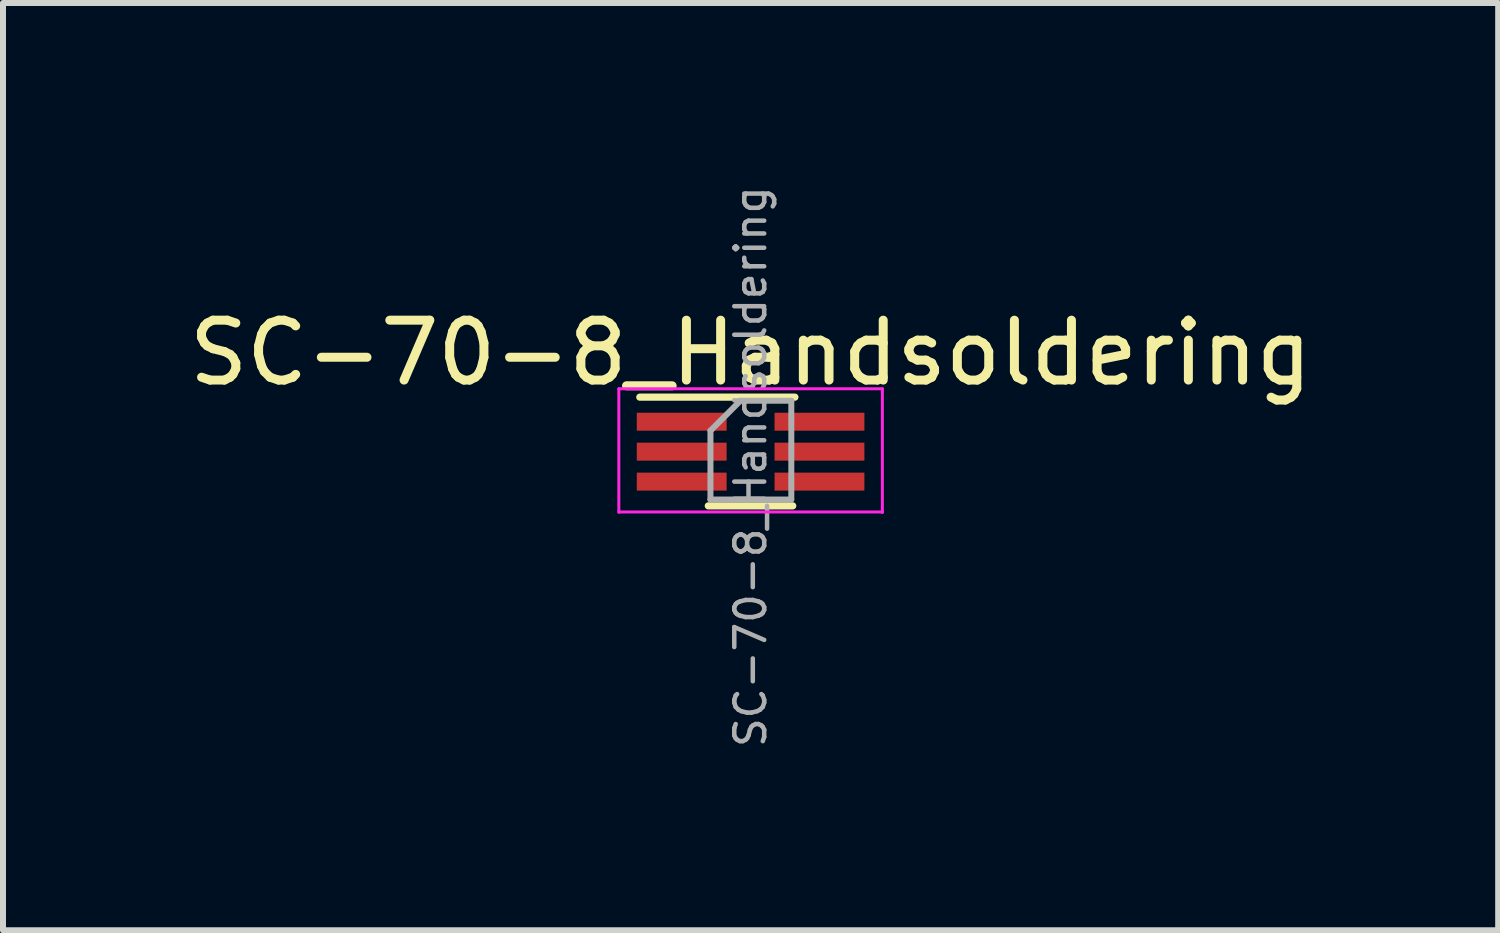
<source format=kicad_pcb>
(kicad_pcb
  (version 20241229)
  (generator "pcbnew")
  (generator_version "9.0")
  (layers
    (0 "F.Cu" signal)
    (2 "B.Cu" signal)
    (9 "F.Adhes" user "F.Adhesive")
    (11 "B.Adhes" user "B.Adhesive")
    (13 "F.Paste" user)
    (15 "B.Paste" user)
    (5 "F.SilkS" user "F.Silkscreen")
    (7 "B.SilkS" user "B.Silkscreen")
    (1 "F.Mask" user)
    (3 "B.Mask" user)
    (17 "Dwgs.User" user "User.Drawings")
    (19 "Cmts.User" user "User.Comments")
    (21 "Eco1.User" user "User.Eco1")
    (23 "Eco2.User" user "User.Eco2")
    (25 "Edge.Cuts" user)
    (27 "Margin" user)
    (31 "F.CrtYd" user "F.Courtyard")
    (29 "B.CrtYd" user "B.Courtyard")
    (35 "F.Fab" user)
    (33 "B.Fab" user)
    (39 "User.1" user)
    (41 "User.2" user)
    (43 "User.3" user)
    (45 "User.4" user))
  (footprint "SC-70-8_Handsoldering"
    (layer "F.Cu")
    (at 9.482 4.741)
    (property "Reference" "SC-70-8_Handsoldering" (at 0 -1.9 0) (layer "F.SilkS") (effects (font (size 1 1) (thickness 0.15))))
    (attr smd)
    (fp_line (start -0.706 0.655) (end 0.704 0.655) (stroke (width 0.12) (type solid)) (layer "F.SilkS"))
    (fp_line (start 0.74 -1.16) (end -1.85 -1.16) (stroke (width 0.12) (type solid)) (layer "F.SilkS"))
    (fp_line (start -2.2 -1.3) (end 2.2 -1.3) (stroke (width 0.05) (type solid)) (layer "F.CrtYd"))
    (fp_line (start -2.2 0.762) (end -2.2 -1.3) (stroke (width 0.05) (type solid)) (layer "F.CrtYd"))
    (fp_line (start 2.2 -1.3) (end 2.2 0.765) (stroke (width 0.05) (type solid)) (layer "F.CrtYd"))
    (fp_line (start 2.203 0.757) (end -2.197 0.757) (stroke (width 0.05) (type solid)) (layer "F.CrtYd"))
    (fp_line (start -0.67 -0.6) (end -0.67 0.549) (stroke (width 0.1) (type solid)) (layer "F.Fab"))
    (fp_line (start -0.17 -1.1) (end -0.67 -0.6) (stroke (width 0.1) (type solid)) (layer "F.Fab"))
    (fp_line (start 0.679 0.549) (end -0.671 0.549) (stroke (width 0.1) (type solid)) (layer "F.Fab"))
    (fp_line (start 0.68 -1.1) (end -0.17 -1.1) (stroke (width 0.1) (type solid)) (layer "F.Fab"))
    (fp_line (start 0.68 -1.1) (end 0.68 0.546) (stroke (width 0.1) (type solid)) (layer "F.Fab"))
    (fp_text user "${REFERENCE}" (at 0 0 90) (layer "F.Fab") (effects (font (size 0.5 0.5) (thickness 0.075))))
    (pad "1" smd rect (at -1.15 -0.75 270) (size 0.3 1.5) (layers "F.Cu" "F.Mask" "F.Paste"))
    (pad "2" smd rect (at -1.15 -0.25 270) (size 0.3 1.5) (layers "F.Cu" "F.Mask" "F.Paste"))
    (pad "3" smd rect (at -1.15 0.25 270) (size 0.3 1.5) (layers "F.Cu" "F.Mask" "F.Paste"))
    (pad "4" smd rect (at 1.15 0.25 270) (size 0.3 1.5) (layers "F.Cu" "F.Mask" "F.Paste"))
    (pad "5" smd rect (at 1.15 -0.25 270) (size 0.3 1.5) (layers "F.Cu" "F.Mask" "F.Paste"))
    (pad "6" smd rect (at 1.15 -0.75 270) (size 0.3 1.5) (layers "F.Cu" "F.Mask" "F.Paste")))
  (gr_rect
    (start -3 -3)
    (end 21.964 12.482)
    (stroke (width 0.1) (type default))
    (fill no)
    (layer "Edge.Cuts")))
</source>
